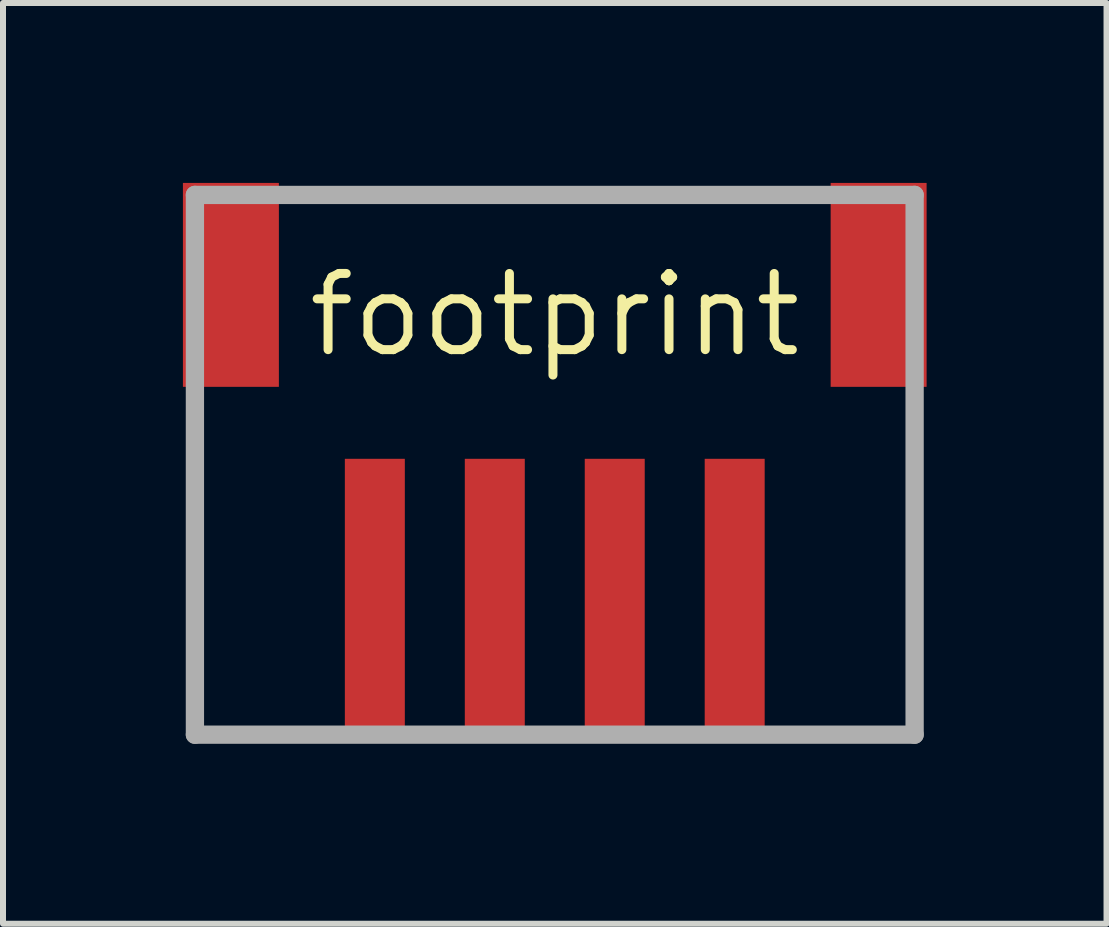
<source format=kicad_pcb>
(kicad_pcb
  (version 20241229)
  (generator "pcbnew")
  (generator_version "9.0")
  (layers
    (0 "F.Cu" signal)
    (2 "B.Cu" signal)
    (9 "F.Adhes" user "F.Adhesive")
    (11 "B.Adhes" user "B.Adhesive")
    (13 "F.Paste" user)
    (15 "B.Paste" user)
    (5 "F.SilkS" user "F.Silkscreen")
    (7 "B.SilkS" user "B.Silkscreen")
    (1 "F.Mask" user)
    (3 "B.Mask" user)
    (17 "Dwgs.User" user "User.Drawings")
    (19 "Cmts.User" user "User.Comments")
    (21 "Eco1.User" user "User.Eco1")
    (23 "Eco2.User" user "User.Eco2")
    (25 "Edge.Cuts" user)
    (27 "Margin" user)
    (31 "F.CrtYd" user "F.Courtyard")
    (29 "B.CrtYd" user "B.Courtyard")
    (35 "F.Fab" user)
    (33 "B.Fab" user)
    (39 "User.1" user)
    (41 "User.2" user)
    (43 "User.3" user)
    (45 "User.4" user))
  (footprint "footprint"
    (layer "F.Cu")
    (at 6.2 2.2)
    (property "Reference" "footprint" (at 0 0 0) (layer "F.SilkS") (effects (font (size 1.27 1.27) (thickness 0.15))))
    (fp_line (start -6 -2) (end -6 7) (stroke (width 0.305) (type solid)) (layer "F.Fab"))
    (fp_line (start -6 7) (end 6 7) (stroke (width 0.305) (type solid)) (layer "F.Fab"))
    (fp_line (start 6 -2) (end -6 -2) (stroke (width 0.305) (type solid)) (layer "F.Fab"))
    (fp_line (start 6 7) (end 6 -2) (stroke (width 0.305) (type solid)) (layer "F.Fab"))
    (pad "1" smd rect (at -3 4.7) (size 1 4.6) (layers "F.Cu" "F.Mask" "F.Paste"))
    (pad "2" smd rect (at -1 4.7) (size 1 4.6) (layers "F.Cu" "F.Mask" "F.Paste"))
    (pad "3" smd rect (at 1 4.7) (size 1 4.6) (layers "F.Cu" "F.Mask" "F.Paste"))
    (pad "4" smd rect (at 3 4.7) (size 1 4.6) (layers "F.Cu" "F.Mask" "F.Paste"))
    (pad "P$1" smd rect (at -5.4 -0.5 90) (size 3.4 1.6) (layers "F.Cu" "F.Mask" "F.Paste"))
    (pad "P$2" smd rect (at 5.4 -0.5 90) (size 3.4 1.6) (layers "F.Cu" "F.Mask" "F.Paste")))
  (gr_rect
    (start -3 -3)
    (end 15.4 12.352)
    (stroke (width 0.1) (type default))
    (fill no)
    (layer "Edge.Cuts")))
</source>
